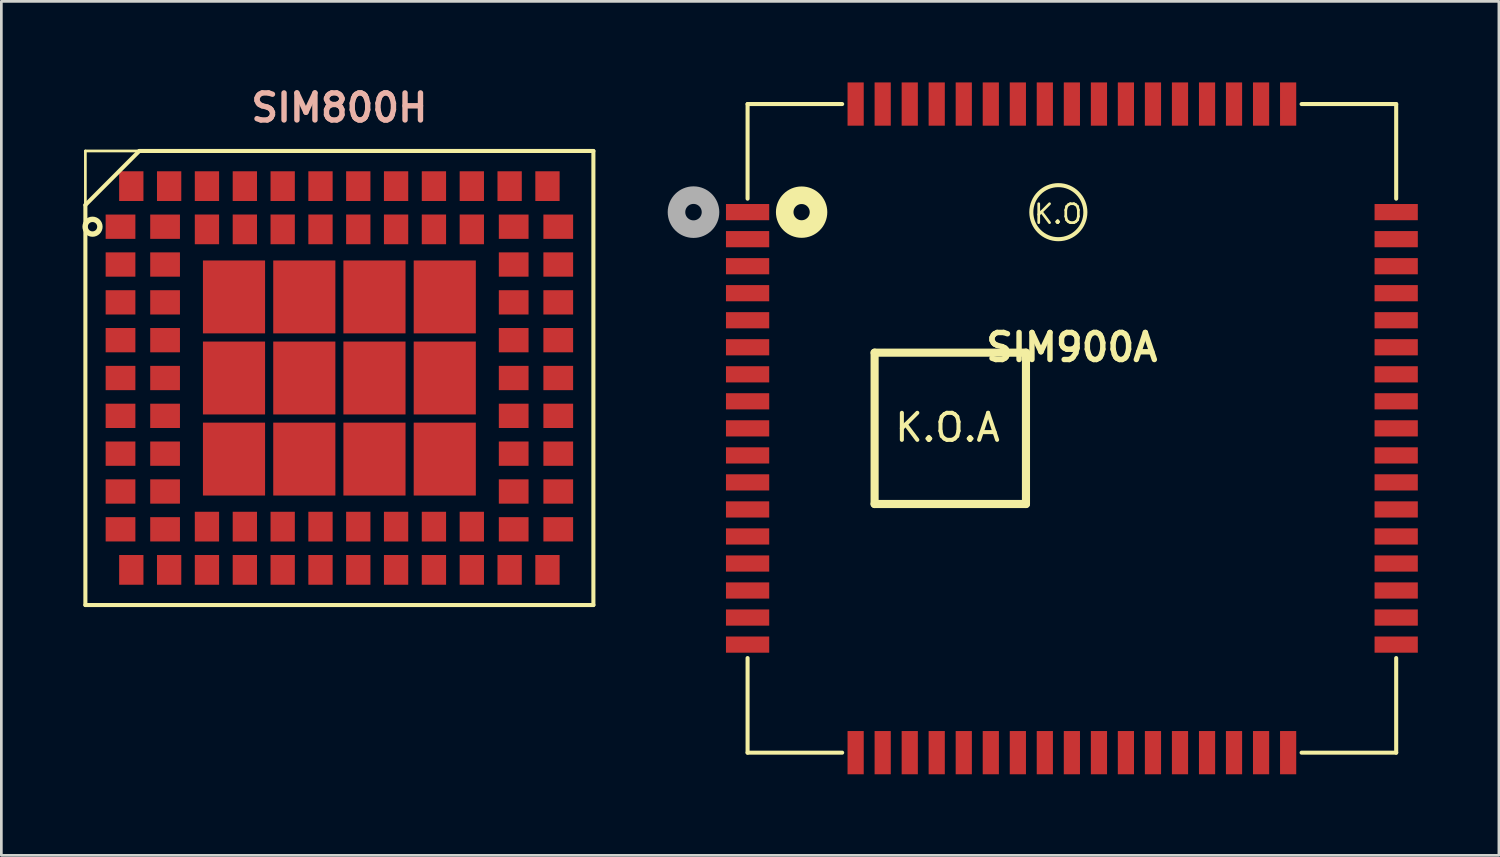
<source format=kicad_pcb>
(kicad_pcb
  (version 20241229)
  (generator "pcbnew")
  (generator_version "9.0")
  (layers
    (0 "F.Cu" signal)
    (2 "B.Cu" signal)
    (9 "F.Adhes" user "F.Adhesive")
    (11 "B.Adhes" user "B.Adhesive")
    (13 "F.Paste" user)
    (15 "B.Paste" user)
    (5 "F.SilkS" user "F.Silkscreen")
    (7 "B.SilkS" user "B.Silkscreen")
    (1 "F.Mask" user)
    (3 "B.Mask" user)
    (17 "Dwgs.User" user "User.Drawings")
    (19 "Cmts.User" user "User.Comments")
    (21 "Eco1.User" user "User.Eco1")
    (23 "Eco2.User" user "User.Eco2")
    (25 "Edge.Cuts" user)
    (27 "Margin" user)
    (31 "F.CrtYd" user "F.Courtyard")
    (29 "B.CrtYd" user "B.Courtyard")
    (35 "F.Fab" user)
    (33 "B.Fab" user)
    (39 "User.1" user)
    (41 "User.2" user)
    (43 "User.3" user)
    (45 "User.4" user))
  (footprint "SIM900A"
    (layer "F.Cu")
    (at 36.609 12.799)
    (property "Reference" "SIM900A" (at 0 -3 0) (layer "F.SilkS") (effects (font (size 1.001 1.001) (thickness 0.201))))
    (attr through_hole)
    (fp_line (start -11.999 -11.999) (end -11.999 -8.499) (stroke (width 0.15) (type solid)) (layer "F.SilkS"))
    (fp_line (start -11.999 8.499) (end -11.999 11.999) (stroke (width 0.15) (type solid)) (layer "F.SilkS"))
    (fp_line (start -11.999 11.999) (end -8.499 11.999) (stroke (width 0.15) (type solid)) (layer "F.SilkS"))
    (fp_line (start -8.499 -11.999) (end -11.999 -11.999) (stroke (width 0.15) (type solid)) (layer "F.SilkS"))
    (fp_line (start -7.299 -2.801) (end -1.699 -2.801) (stroke (width 0.3) (type solid)) (layer "F.SilkS"))
    (fp_line (start -7.299 2.799) (end -7.299 -2.801) (stroke (width 0.3) (type solid)) (layer "F.SilkS"))
    (fp_line (start -1.699 -2.801) (end -1.699 2.799) (stroke (width 0.3) (type solid)) (layer "F.SilkS"))
    (fp_line (start -1.699 2.799) (end -7.299 2.799) (stroke (width 0.3) (type solid)) (layer "F.SilkS"))
    (fp_line (start 8.499 -11.999) (end 11.999 -11.999) (stroke (width 0.15) (type solid)) (layer "F.SilkS"))
    (fp_line (start 8.499 11.999) (end 11.999 11.999) (stroke (width 0.15) (type solid)) (layer "F.SilkS"))
    (fp_line (start 11.999 -11.999) (end 11.999 -8.499) (stroke (width 0.15) (type solid)) (layer "F.SilkS"))
    (fp_line (start 11.999 8.499) (end 11.999 11.999) (stroke (width 0.15) (type solid)) (layer "F.SilkS"))
    (fp_circle (center -10 -8) (end -10 -7.7) (stroke (width 0.65) (type solid)) (fill no) (layer "F.SilkS"))
    (fp_circle (center -0.501 -7.999) (end -0.501 -6.999) (stroke (width 0.15) (type solid)) (fill no) (layer "F.SilkS"))
    (fp_circle (center -14 -8) (end -14.05 -7.7) (stroke (width 0.65) (type solid)) (fill no) (layer "F.Fab"))
    (fp_text user "K.O.A" (at -4.6 -0.03 0) (layer "F.SilkS") (effects (font (size 1 1) (thickness 0.15))))
    (fp_text user "K.O" (at -0.51 -7.93 0) (layer "F.SilkS") (effects (font (size 0.7 0.7) (thickness 0.1))))
    (pad "1" smd rect (at -11.999 -8.001) (size 1.6 0.599) (layers "F.Cu" "F.Mask" "F.Paste"))
    (pad "2" smd rect (at -11.999 -7) (size 1.6 0.599) (layers "F.Cu" "F.Mask" "F.Paste"))
    (pad "3" smd rect (at -11.999 -5.999) (size 1.6 0.599) (layers "F.Cu" "F.Mask" "F.Paste"))
    (pad "4" smd rect (at -11.999 -5.001) (size 1.6 0.599) (layers "F.Cu" "F.Mask" "F.Paste"))
    (pad "5" smd rect (at -11.999 -4) (size 1.6 0.599) (layers "F.Cu" "F.Mask" "F.Paste"))
    (pad "6" smd rect (at -11.999 -3) (size 1.6 0.599) (layers "F.Cu" "F.Mask" "F.Paste"))
    (pad "7" smd rect (at -11.999 -1.999) (size 1.6 0.599) (layers "F.Cu" "F.Mask" "F.Paste"))
    (pad "8" smd rect (at -11.999 -1.001) (size 1.6 0.599) (layers "F.Cu" "F.Mask" "F.Paste"))
    (pad "9" smd rect (at -11.999 0) (size 1.6 0.599) (layers "F.Cu" "F.Mask" "F.Paste"))
    (pad "10" smd rect (at -11.999 1.001) (size 1.6 0.599) (layers "F.Cu" "F.Mask" "F.Paste"))
    (pad "11" smd rect (at -11.999 1.999) (size 1.6 0.599) (layers "F.Cu" "F.Mask" "F.Paste"))
    (pad "12" smd rect (at -11.999 3) (size 1.6 0.599) (layers "F.Cu" "F.Mask" "F.Paste"))
    (pad "13" smd rect (at -11.999 4) (size 1.6 0.599) (layers "F.Cu" "F.Mask" "F.Paste"))
    (pad "14" smd rect (at -11.999 5.001) (size 1.6 0.599) (layers "F.Cu" "F.Mask" "F.Paste"))
    (pad "15" smd rect (at -11.999 5.999) (size 1.6 0.599) (layers "F.Cu" "F.Mask" "F.Paste"))
    (pad "16" smd rect (at -11.999 7) (size 1.6 0.599) (layers "F.Cu" "F.Mask" "F.Paste"))
    (pad "17" smd rect (at -11.999 8.001) (size 1.6 0.599) (layers "F.Cu" "F.Mask" "F.Paste"))
    (pad "18" smd rect (at -8.001 11.999) (size 0.599 1.6) (layers "F.Cu" "F.Mask" "F.Paste"))
    (pad "19" smd rect (at -7 11.999) (size 0.599 1.6) (layers "F.Cu" "F.Mask" "F.Paste"))
    (pad "20" smd rect (at -5.999 11.999) (size 0.599 1.6) (layers "F.Cu" "F.Mask" "F.Paste"))
    (pad "21" smd rect (at -5.001 11.999) (size 0.599 1.6) (layers "F.Cu" "F.Mask" "F.Paste"))
    (pad "22" smd rect (at -4 11.999) (size 0.599 1.6) (layers "F.Cu" "F.Mask" "F.Paste"))
    (pad "23" smd rect (at -3 11.999) (size 0.599 1.6) (layers "F.Cu" "F.Mask" "F.Paste"))
    (pad "24" smd rect (at -1.999 11.999) (size 0.599 1.6) (layers "F.Cu" "F.Mask" "F.Paste"))
    (pad "25" smd rect (at -1.001 11.999) (size 0.599 1.6) (layers "F.Cu" "F.Mask" "F.Paste"))
    (pad "26" smd rect (at 0 11.999) (size 0.599 1.6) (layers "F.Cu" "F.Mask" "F.Paste"))
    (pad "27" smd rect (at 1.001 11.999) (size 0.599 1.6) (layers "F.Cu" "F.Mask" "F.Paste"))
    (pad "28" smd rect (at 1.999 11.999) (size 0.599 1.6) (layers "F.Cu" "F.Mask" "F.Paste"))
    (pad "29" smd rect (at 3 11.999) (size 0.599 1.6) (layers "F.Cu" "F.Mask" "F.Paste"))
    (pad "30" smd rect (at 4 11.999) (size 0.599 1.6) (layers "F.Cu" "F.Mask" "F.Paste"))
    (pad "31" smd rect (at 5.001 11.999) (size 0.599 1.6) (layers "F.Cu" "F.Mask" "F.Paste"))
    (pad "32" smd rect (at 5.999 11.999) (size 0.599 1.6) (layers "F.Cu" "F.Mask" "F.Paste"))
    (pad "33" smd rect (at 7 11.999) (size 0.599 1.6) (layers "F.Cu" "F.Mask" "F.Paste"))
    (pad "34" smd rect (at 8.001 11.999) (size 0.599 1.6) (layers "F.Cu" "F.Mask" "F.Paste"))
    (pad "35" smd rect (at 11.999 8.001) (size 1.6 0.599) (layers "F.Cu" "F.Mask" "F.Paste"))
    (pad "36" smd rect (at 11.999 7) (size 1.6 0.599) (layers "F.Cu" "F.Mask" "F.Paste"))
    (pad "37" smd rect (at 11.999 5.999) (size 1.6 0.599) (layers "F.Cu" "F.Mask" "F.Paste"))
    (pad "38" smd rect (at 11.999 5.001) (size 1.6 0.599) (layers "F.Cu" "F.Mask" "F.Paste"))
    (pad "39" smd rect (at 11.999 4) (size 1.6 0.599) (layers "F.Cu" "F.Mask" "F.Paste"))
    (pad "40" smd rect (at 11.999 3) (size 1.6 0.599) (layers "F.Cu" "F.Mask" "F.Paste"))
    (pad "41" smd rect (at 11.999 1.999) (size 1.6 0.599) (layers "F.Cu" "F.Mask" "F.Paste"))
    (pad "42" smd rect (at 11.999 1.001) (size 1.6 0.599) (layers "F.Cu" "F.Mask" "F.Paste"))
    (pad "43" smd rect (at 11.999 0) (size 1.6 0.599) (layers "F.Cu" "F.Mask" "F.Paste"))
    (pad "44" smd rect (at 11.999 -1.001) (size 1.6 0.599) (layers "F.Cu" "F.Mask" "F.Paste"))
    (pad "45" smd rect (at 11.999 -1.999) (size 1.6 0.599) (layers "F.Cu" "F.Mask" "F.Paste"))
    (pad "46" smd rect (at 11.999 -3) (size 1.6 0.599) (layers "F.Cu" "F.Mask" "F.Paste"))
    (pad "47" smd rect (at 11.999 -4) (size 1.6 0.599) (layers "F.Cu" "F.Mask" "F.Paste"))
    (pad "48" smd rect (at 11.999 -5.001) (size 1.6 0.599) (layers "F.Cu" "F.Mask" "F.Paste"))
    (pad "49" smd rect (at 11.999 -5.999) (size 1.6 0.599) (layers "F.Cu" "F.Mask" "F.Paste"))
    (pad "50" smd rect (at 11.999 -7) (size 1.6 0.599) (layers "F.Cu" "F.Mask" "F.Paste"))
    (pad "51" smd rect (at 11.999 -8.001) (size 1.6 0.599) (layers "F.Cu" "F.Mask" "F.Paste"))
    (pad "52" smd rect (at 8.001 -11.999) (size 0.599 1.6) (layers "F.Cu" "F.Mask" "F.Paste"))
    (pad "53" smd rect (at 7 -11.999) (size 0.599 1.6) (layers "F.Cu" "F.Mask" "F.Paste"))
    (pad "54" smd rect (at 5.999 -11.999) (size 0.599 1.6) (layers "F.Cu" "F.Mask" "F.Paste"))
    (pad "55" smd rect (at 5.001 -11.999) (size 0.599 1.6) (layers "F.Cu" "F.Mask" "F.Paste"))
    (pad "56" smd rect (at 4 -11.999) (size 0.599 1.6) (layers "F.Cu" "F.Mask" "F.Paste"))
    (pad "57" smd rect (at 3 -11.999) (size 0.599 1.6) (layers "F.Cu" "F.Mask" "F.Paste"))
    (pad "58" smd rect (at 1.999 -11.999) (size 0.599 1.6) (layers "F.Cu" "F.Mask" "F.Paste"))
    (pad "59" smd rect (at 1.001 -11.999) (size 0.599 1.6) (layers "F.Cu" "F.Mask" "F.Paste"))
    (pad "60" smd rect (at 0 -11.999) (size 0.599 1.6) (layers "F.Cu" "F.Mask" "F.Paste"))
    (pad "61" smd rect (at -1.001 -11.999) (size 0.599 1.6) (layers "F.Cu" "F.Mask" "F.Paste"))
    (pad "62" smd rect (at -1.999 -11.999) (size 0.599 1.6) (layers "F.Cu" "F.Mask" "F.Paste"))
    (pad "63" smd rect (at -3 -11.999) (size 0.599 1.6) (layers "F.Cu" "F.Mask" "F.Paste"))
    (pad "64" smd rect (at -4 -11.999) (size 0.599 1.6) (layers "F.Cu" "F.Mask" "F.Paste"))
    (pad "65" smd rect (at -5.001 -11.999) (size 0.599 1.6) (layers "F.Cu" "F.Mask" "F.Paste"))
    (pad "66" smd rect (at -5.999 -11.999) (size 0.599 1.6) (layers "F.Cu" "F.Mask" "F.Paste"))
    (pad "67" smd rect (at -7 -11.999) (size 0.599 1.6) (layers "F.Cu" "F.Mask" "F.Paste"))
    (pad "68" smd rect (at -8.001 -11.999) (size 0.599 1.6) (layers "F.Cu" "F.Mask" "F.Paste")))
  (footprint "SIM800H"
    (layer "F.Cu")
    (at 9.507 10.936)
    (property "Reference" "SIM800H" (at 0 -10 0) (layer "B.SilkS") (effects (font (size 1 1) (thickness 0.2))))
    (attr smd)
    (fp_line (start -9.398 -8.4) (end -9.398 -6.401) (stroke (width 0.1) (type solid)) (layer "F.SilkS"))
    (fp_line (start -9.398 -6.401) (end -7.402 -8.4) (stroke (width 0.15) (type solid)) (layer "F.SilkS"))
    (fp_line (start -9.398 8.4) (end -9.398 -6.401) (stroke (width 0.15) (type solid)) (layer "F.SilkS"))
    (fp_line (start -7.402 -8.4) (end -9.398 -8.4) (stroke (width 0.1) (type solid)) (layer "F.SilkS"))
    (fp_line (start -7.402 -8.4) (end 9.398 -8.4) (stroke (width 0.15) (type solid)) (layer "F.SilkS"))
    (fp_line (start 9.398 -8.4) (end 9.398 8.4) (stroke (width 0.15) (type solid)) (layer "F.SilkS"))
    (fp_line (start 9.398 8.4) (end -9.398 8.4) (stroke (width 0.15) (type solid)) (layer "F.SilkS"))
    (fp_circle (center -9.134 -5.598) (end -9.388 -5.698) (stroke (width 0.2) (type solid)) (fill no) (layer "F.SilkS"))
    (pad "1" smd rect (at -8.098 -5.598) (size 1.1 0.899) (layers "F.Cu" "F.Mask" "F.Paste"))
    (pad "2" smd rect (at -8.098 -4.199) (size 1.1 0.899) (layers "F.Cu" "F.Mask" "F.Paste"))
    (pad "3" smd rect (at -8.098 -2.799) (size 1.1 0.899) (layers "F.Cu" "F.Mask" "F.Paste"))
    (pad "4" smd rect (at -8.098 -1.4) (size 1.1 0.899) (layers "F.Cu" "F.Mask" "F.Paste"))
    (pad "5" smd rect (at -8.098 0) (size 1.1 0.899) (layers "F.Cu" "F.Mask" "F.Paste"))
    (pad "6" smd rect (at -8.098 1.4) (size 1.1 0.899) (layers "F.Cu" "F.Mask" "F.Paste"))
    (pad "7" smd rect (at -8.098 2.799) (size 1.1 0.899) (layers "F.Cu" "F.Mask" "F.Paste"))
    (pad "8" smd rect (at -8.098 4.199) (size 1.1 0.899) (layers "F.Cu" "F.Mask" "F.Paste"))
    (pad "9" smd rect (at -8.098 5.598) (size 1.1 0.899) (layers "F.Cu" "F.Mask" "F.Paste"))
    (pad "10" smd rect (at -7.699 7.099 90) (size 1.1 0.899) (layers "F.Cu" "F.Mask" "F.Paste"))
    (pad "11" smd rect (at -6.299 7.099 90) (size 1.1 0.899) (layers "F.Cu" "F.Mask" "F.Paste"))
    (pad "12" smd rect (at -4.9 7.099 90) (size 1.1 0.899) (layers "F.Cu" "F.Mask" "F.Paste"))
    (pad "13" smd rect (at -3.498 7.099 90) (size 1.1 0.899) (layers "F.Cu" "F.Mask" "F.Paste"))
    (pad "14" smd rect (at -2.098 7.099 90) (size 1.1 0.899) (layers "F.Cu" "F.Mask" "F.Paste"))
    (pad "15" smd rect (at -0.699 7.099 90) (size 1.1 0.899) (layers "F.Cu" "F.Mask" "F.Paste"))
    (pad "16" smd rect (at 0.699 7.099 90) (size 1.1 0.899) (layers "F.Cu" "F.Mask" "F.Paste"))
    (pad "17" smd rect (at 2.098 7.099 90) (size 1.1 0.899) (layers "F.Cu" "F.Mask" "F.Paste"))
    (pad "18" smd rect (at 3.498 7.099 90) (size 1.1 0.899) (layers "F.Cu" "F.Mask" "F.Paste"))
    (pad "19" smd rect (at 4.9 7.099 90) (size 1.1 0.899) (layers "F.Cu" "F.Mask" "F.Paste"))
    (pad "20" smd rect (at 6.299 7.099 90) (size 1.1 0.899) (layers "F.Cu" "F.Mask" "F.Paste"))
    (pad "21" smd rect (at 7.699 7.099 90) (size 1.1 0.899) (layers "F.Cu" "F.Mask" "F.Paste"))
    (pad "22" smd rect (at 8.098 5.598) (size 1.1 0.899) (layers "F.Cu" "F.Mask" "F.Paste"))
    (pad "23" smd rect (at 8.098 4.199) (size 1.1 0.899) (layers "F.Cu" "F.Mask" "F.Paste"))
    (pad "24" smd rect (at 8.098 2.799) (size 1.1 0.899) (layers "F.Cu" "F.Mask" "F.Paste"))
    (pad "25" smd rect (at 8.098 1.4) (size 1.1 0.899) (layers "F.Cu" "F.Mask" "F.Paste"))
    (pad "26" smd rect (at 8.098 0) (size 1.1 0.899) (layers "F.Cu" "F.Mask" "F.Paste"))
    (pad "27" smd rect (at 8.098 -1.4) (size 1.1 0.899) (layers "F.Cu" "F.Mask" "F.Paste"))
    (pad "28" smd rect (at 8.098 -2.799) (size 1.1 0.899) (layers "F.Cu" "F.Mask" "F.Paste"))
    (pad "29" smd rect (at 8.098 -4.199) (size 1.1 0.899) (layers "F.Cu" "F.Mask" "F.Paste"))
    (pad "30" smd rect (at 8.098 -5.598) (size 1.1 0.899) (layers "F.Cu" "F.Mask" "F.Paste"))
    (pad "31" smd rect (at 7.699 -7.099 90) (size 1.1 0.899) (layers "F.Cu" "F.Mask" "F.Paste"))
    (pad "32" smd rect (at 6.299 -7.099 90) (size 1.1 0.899) (layers "F.Cu" "F.Mask" "F.Paste"))
    (pad "33" smd rect (at 4.9 -7.099 90) (size 1.1 0.899) (layers "F.Cu" "F.Mask" "F.Paste"))
    (pad "34" smd rect (at 3.498 -7.099 90) (size 1.1 0.899) (layers "F.Cu" "F.Mask" "F.Paste"))
    (pad "35" smd rect (at 2.098 -7.099 90) (size 1.1 0.899) (layers "F.Cu" "F.Mask" "F.Paste"))
    (pad "36" smd rect (at 0.699 -7.099 90) (size 1.1 0.899) (layers "F.Cu" "F.Mask" "F.Paste"))
    (pad "37" smd rect (at -0.699 -7.099 90) (size 1.1 0.899) (layers "F.Cu" "F.Mask" "F.Paste"))
    (pad "38" smd rect (at -2.098 -7.099 90) (size 1.1 0.899) (layers "F.Cu" "F.Mask" "F.Paste"))
    (pad "39" smd rect (at -3.498 -7.099 90) (size 1.1 0.899) (layers "F.Cu" "F.Mask" "F.Paste"))
    (pad "40" smd rect (at -4.9 -7.099 90) (size 1.1 0.899) (layers "F.Cu" "F.Mask" "F.Paste"))
    (pad "41" smd rect (at -6.299 -7.099 90) (size 1.1 0.899) (layers "F.Cu" "F.Mask" "F.Paste"))
    (pad "42" smd rect (at -7.699 -7.099 90) (size 1.1 0.899) (layers "F.Cu" "F.Mask" "F.Paste"))
    (pad "43" smd rect (at -6.449 -5.598) (size 1.1 0.899) (layers "F.Cu" "F.Mask" "F.Paste"))
    (pad "44" smd rect (at -6.449 -4.199) (size 1.1 0.899) (layers "F.Cu" "F.Mask" "F.Paste"))
    (pad "45" smd rect (at -6.449 -2.799) (size 1.1 0.899) (layers "F.Cu" "F.Mask" "F.Paste"))
    (pad "46" smd rect (at -6.449 -1.4) (size 1.1 0.899) (layers "F.Cu" "F.Mask" "F.Paste"))
    (pad "47" smd rect (at -6.449 0) (size 1.1 0.899) (layers "F.Cu" "F.Mask" "F.Paste"))
    (pad "48" smd rect (at -6.449 1.4) (size 1.1 0.899) (layers "F.Cu" "F.Mask" "F.Paste"))
    (pad "49" smd rect (at -6.449 2.799) (size 1.1 0.899) (layers "F.Cu" "F.Mask" "F.Paste"))
    (pad "50" smd rect (at -6.449 4.199) (size 1.1 0.899) (layers "F.Cu" "F.Mask" "F.Paste"))
    (pad "51" smd rect (at -6.449 5.598) (size 1.1 0.899) (layers "F.Cu" "F.Mask" "F.Paste"))
    (pad "52" smd rect (at -4.9 5.499 90) (size 1.1 0.899) (layers "F.Cu" "F.Mask" "F.Paste"))
    (pad "53" smd rect (at -3.498 5.499 90) (size 1.1 0.899) (layers "F.Cu" "F.Mask" "F.Paste"))
    (pad "54" smd rect (at -2.098 5.499 90) (size 1.1 0.899) (layers "F.Cu" "F.Mask" "F.Paste"))
    (pad "55" smd rect (at -0.699 5.499 90) (size 1.1 0.899) (layers "F.Cu" "F.Mask" "F.Paste"))
    (pad "56" smd rect (at 0.699 5.499 90) (size 1.1 0.899) (layers "F.Cu" "F.Mask" "F.Paste"))
    (pad "57" smd rect (at 2.098 5.499 90) (size 1.1 0.899) (layers "F.Cu" "F.Mask" "F.Paste"))
    (pad "58" smd rect (at 3.498 5.499 90) (size 1.1 0.899) (layers "F.Cu" "F.Mask" "F.Paste"))
    (pad "59" smd rect (at 4.9 5.499 90) (size 1.1 0.899) (layers "F.Cu" "F.Mask" "F.Paste"))
    (pad "60" smd rect (at 6.449 5.598) (size 1.1 0.899) (layers "F.Cu" "F.Mask" "F.Paste"))
    (pad "61" smd rect (at 6.449 4.199) (size 1.1 0.899) (layers "F.Cu" "F.Mask" "F.Paste"))
    (pad "62" smd rect (at 6.449 2.799) (size 1.1 0.899) (layers "F.Cu" "F.Mask" "F.Paste"))
    (pad "63" smd rect (at 6.449 1.4) (size 1.1 0.899) (layers "F.Cu" "F.Mask" "F.Paste"))
    (pad "64" smd rect (at 6.449 0) (size 1.1 0.899) (layers "F.Cu" "F.Mask" "F.Paste"))
    (pad "65" smd rect (at 6.449 -1.4) (size 1.1 0.899) (layers "F.Cu" "F.Mask" "F.Paste"))
    (pad "66" smd rect (at 6.449 -2.799) (size 1.1 0.899) (layers "F.Cu" "F.Mask" "F.Paste"))
    (pad "67" smd rect (at 6.449 -4.199) (size 1.1 0.899) (layers "F.Cu" "F.Mask" "F.Paste"))
    (pad "68" smd rect (at 6.449 -5.598) (size 1.1 0.899) (layers "F.Cu" "F.Mask" "F.Paste"))
    (pad "69" smd rect (at 4.9 -5.499 90) (size 1.1 0.899) (layers "F.Cu" "F.Mask" "F.Paste"))
    (pad "70" smd rect (at 3.498 -5.499 90) (size 1.1 0.899) (layers "F.Cu" "F.Mask" "F.Paste"))
    (pad "71" smd rect (at 2.098 -5.499 90) (size 1.1 0.899) (layers "F.Cu" "F.Mask" "F.Paste"))
    (pad "72" smd rect (at 0.699 -5.499 90) (size 1.1 0.899) (layers "F.Cu" "F.Mask" "F.Paste"))
    (pad "73" smd rect (at -0.699 -5.499 90) (size 1.1 0.899) (layers "F.Cu" "F.Mask" "F.Paste"))
    (pad "74" smd rect (at -2.098 -5.499 90) (size 1.1 0.899) (layers "F.Cu" "F.Mask" "F.Paste"))
    (pad "75" smd rect (at -3.498 -5.499 90) (size 1.1 0.899) (layers "F.Cu" "F.Mask" "F.Paste"))
    (pad "76" smd rect (at -4.9 -5.499 90) (size 1.1 0.899) (layers "F.Cu" "F.Mask" "F.Paste"))
    (pad "77" smd rect (at -3.899 -3 90) (size 2.697 2.299) (layers "F.Cu" "F.Mask" "F.Paste"))
    (pad "78" smd rect (at -3.899 0 90) (size 2.697 2.299) (layers "F.Cu" "F.Mask" "F.Paste"))
    (pad "79" smd rect (at -3.899 3 90) (size 2.697 2.299) (layers "F.Cu" "F.Mask" "F.Paste"))
    (pad "80" smd rect (at -1.298 3 90) (size 2.697 2.299) (layers "F.Cu" "F.Mask" "F.Paste"))
    (pad "81" smd rect (at 1.298 3 90) (size 2.697 2.299) (layers "F.Cu" "F.Mask" "F.Paste"))
    (pad "82" smd rect (at 3.899 3 90) (size 2.697 2.299) (layers "F.Cu" "F.Mask" "F.Paste"))
    (pad "83" smd rect (at 3.899 0 90) (size 2.697 2.299) (layers "F.Cu" "F.Mask" "F.Paste"))
    (pad "84" smd rect (at 3.899 -3 90) (size 2.697 2.299) (layers "F.Cu" "F.Mask" "F.Paste"))
    (pad "85" smd rect (at 1.298 -3 90) (size 2.697 2.299) (layers "F.Cu" "F.Mask" "F.Paste"))
    (pad "86" smd rect (at -1.298 -3 90) (size 2.697 2.299) (layers "F.Cu" "F.Mask" "F.Paste"))
    (pad "87" smd rect (at -1.298 0 90) (size 2.697 2.299) (layers "F.Cu" "F.Mask" "F.Paste"))
    (pad "88" smd rect (at 1.298 0 90) (size 2.697 2.299) (layers "F.Cu" "F.Mask" "F.Paste")))
  (gr_rect
    (start -3 -3)
    (end 52.408 28.598)
    (stroke (width 0.1) (type default))
    (fill no)
    (layer "Edge.Cuts")))
</source>
